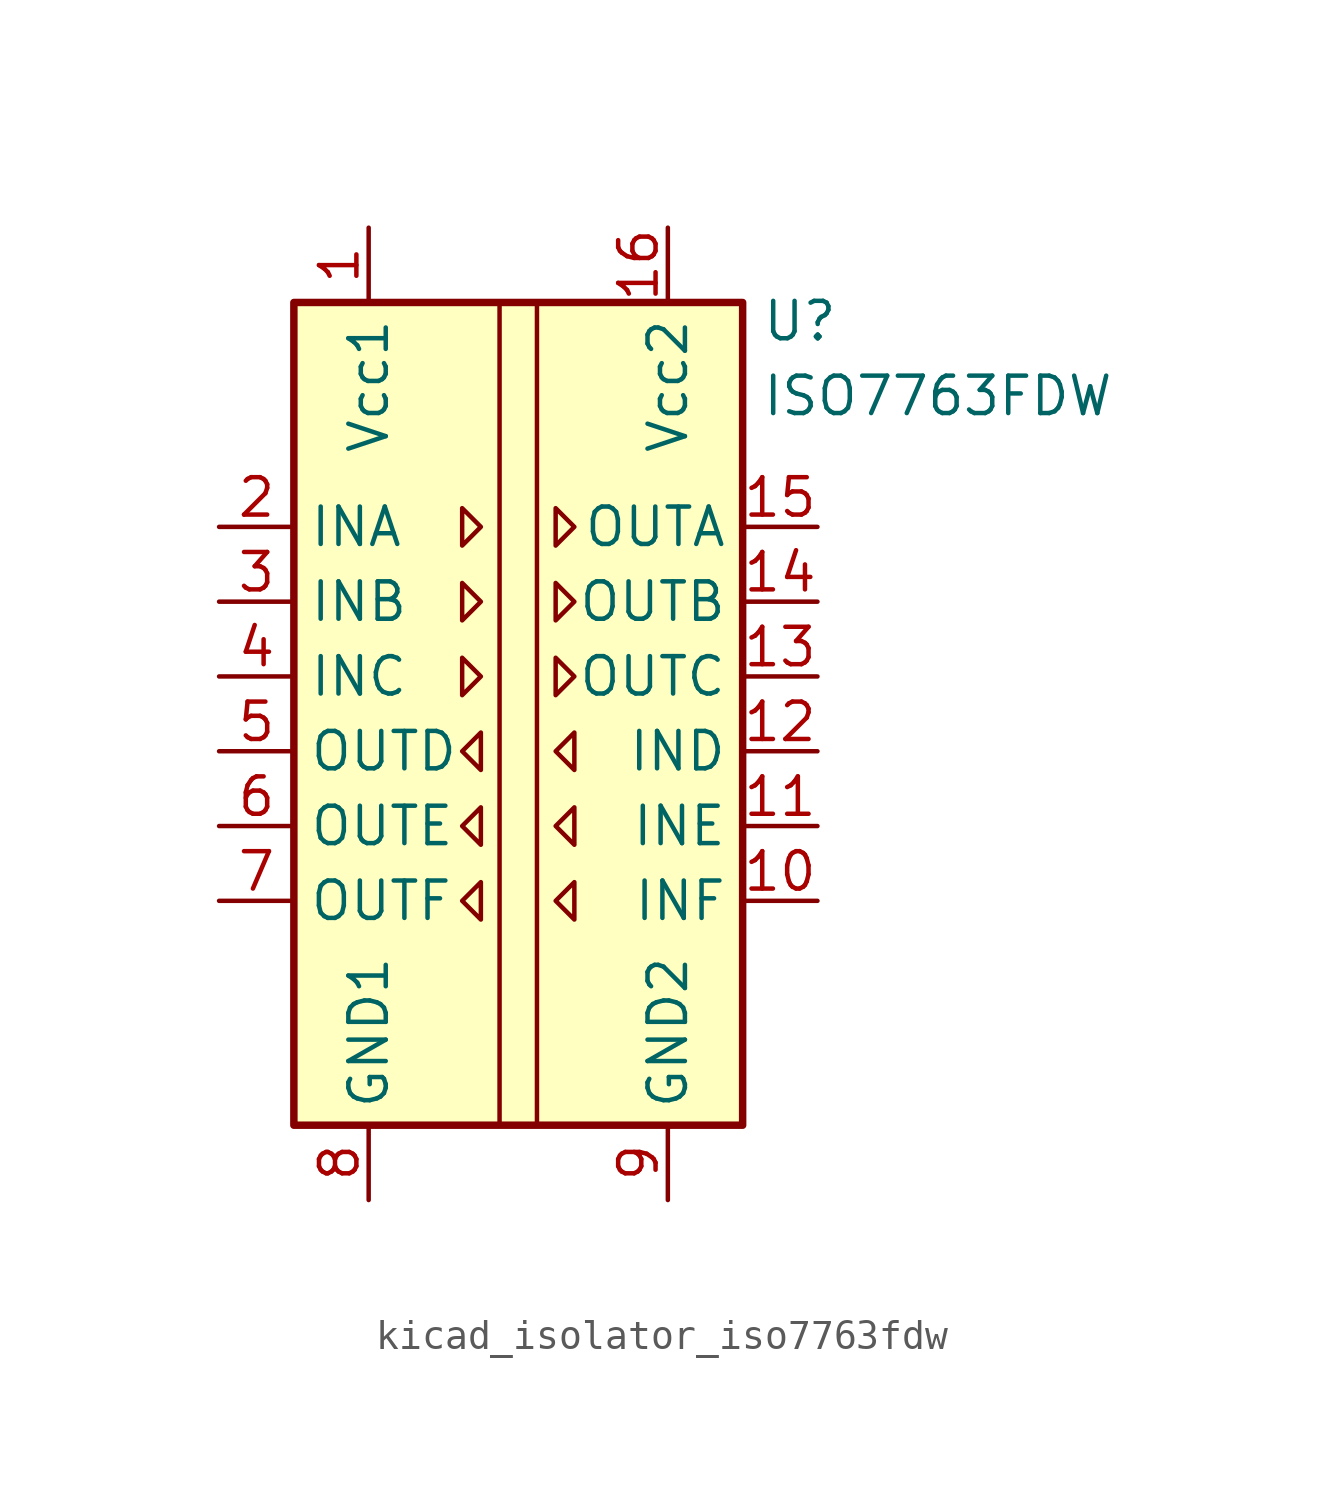
<source format=kicad_sym>
(kicad_symbol_lib
  (version 20220914)
  (generator kicad_symbol_editor)
  (symbol "kicad_isolator_iso7763fdw"
    (property "Reference" "U"
      (at 8.255 14.605 0)
      (effects (font (size 1.27 1.27)) (justify left)))
    (property "Value" "ISO7763FDW"
      (at 8.255 12.065 0)
      (effects (font (size 1.27 1.27)) (justify left)))
    (symbol "kicad_isolator_iso7763fdw_0_1"
      (rectangle (start -7.62 15.24) (end 7.62 -12.7) (stroke (width 0.254) (type default)) (fill (type background)))
      (polyline (pts (xy -0.635 15.24) (xy -0.635 -12.7)) (stroke (width 0) (type default)) (fill (type none)))
      (polyline (pts (xy 0.635 15.24) (xy 0.635 -12.7)) (stroke (width 0) (type default)) (fill (type none)))
      (polyline (pts (xy -1.905 8.255) (xy -1.27 7.62) (xy -1.905 6.985) (xy -1.905 8.255)) (stroke (width 0) (type default)) (fill (type none)))
      (polyline (pts (xy 1.27 8.255) (xy 1.905 7.62) (xy 1.27 6.985) (xy 1.27 8.255)) (stroke (width 0) (type default)) (fill (type none))))
    (symbol "kicad_isolator_iso7763fdw_1_1"
      (polyline (pts (xy -1.905 3.175) (xy -1.27 2.54) (xy -1.905 1.905) (xy -1.905 3.175)) (stroke (width 0) (type default)) (fill (type none)))
      (polyline (pts (xy -1.905 5.715) (xy -1.27 5.08) (xy -1.905 4.445) (xy -1.905 5.715)) (stroke (width 0) (type default)) (fill (type none)))
      (polyline (pts (xy -1.27 -4.445) (xy -1.905 -5.08) (xy -1.27 -5.715) (xy -1.27 -4.445)) (stroke (width 0) (type default)) (fill (type none)))
      (polyline (pts (xy -1.27 -1.905) (xy -1.905 -2.54) (xy -1.27 -3.175) (xy -1.27 -1.905)) (stroke (width 0) (type default)) (fill (type none)))
      (polyline (pts (xy -1.27 0.635) (xy -1.905 0) (xy -1.27 -0.635) (xy -1.27 0.635)) (stroke (width 0) (type default)) (fill (type none)))
      (polyline (pts (xy 1.27 3.175) (xy 1.905 2.54) (xy 1.27 1.905) (xy 1.27 3.175)) (stroke (width 0) (type default)) (fill (type none)))
      (polyline (pts (xy 1.27 5.715) (xy 1.905 5.08) (xy 1.27 4.445) (xy 1.27 5.715)) (stroke (width 0) (type default)) (fill (type none)))
      (polyline (pts (xy 1.905 -4.445) (xy 1.27 -5.08) (xy 1.905 -5.715) (xy 1.905 -4.445)) (stroke (width 0) (type default)) (fill (type none)))
      (polyline (pts (xy 1.905 -1.905) (xy 1.27 -2.54) (xy 1.905 -3.175) (xy 1.905 -1.905)) (stroke (width 0) (type default)) (fill (type none)))
      (polyline (pts (xy 1.905 0.635) (xy 1.27 0) (xy 1.905 -0.635) (xy 1.905 0.635)) (stroke (width 0) (type default)) (fill (type none)))
      (pin power_in line (at -5.08 17.78 270) (length 2.54) (name "Vcc1" (effects (font (size 1.27 1.27)))) (number "1" (effects (font (size 1.27 1.27)))))
      (pin input line (at 10.16 -5.08 180) (length 2.54) (name "INF" (effects (font (size 1.27 1.27)))) (number "10" (effects (font (size 1.27 1.27)))))
      (pin input line (at 10.16 -2.54 180) (length 2.54) (name "INE" (effects (font (size 1.27 1.27)))) (number "11" (effects (font (size 1.27 1.27)))))
      (pin input line (at 10.16 0 180) (length 2.54) (name "IND" (effects (font (size 1.27 1.27)))) (number "12" (effects (font (size 1.27 1.27)))))
      (pin output line (at 10.16 2.54 180) (length 2.54) (name "OUTC" (effects (font (size 1.27 1.27)))) (number "13" (effects (font (size 1.27 1.27)))))
      (pin output line (at 10.16 5.08 180) (length 2.54) (name "OUTB" (effects (font (size 1.27 1.27)))) (number "14" (effects (font (size 1.27 1.27)))))
      (pin output line (at 10.16 7.62 180) (length 2.54) (name "OUTA" (effects (font (size 1.27 1.27)))) (number "15" (effects (font (size 1.27 1.27)))))
      (pin power_in line (at 5.08 17.78 270) (length 2.54) (name "Vcc2" (effects (font (size 1.27 1.27)))) (number "16" (effects (font (size 1.27 1.27)))))
      (pin input line (at -10.16 7.62 0) (length 2.54) (name "INA" (effects (font (size 1.27 1.27)))) (number "2" (effects (font (size 1.27 1.27)))))
      (pin input line (at -10.16 5.08 0) (length 2.54) (name "INB" (effects (font (size 1.27 1.27)))) (number "3" (effects (font (size 1.27 1.27)))))
      (pin input line (at -10.16 2.54 0) (length 2.54) (name "INC" (effects (font (size 1.27 1.27)))) (number "4" (effects (font (size 1.27 1.27)))))
      (pin output line (at -10.16 0 0) (length 2.54) (name "OUTD" (effects (font (size 1.27 1.27)))) (number "5" (effects (font (size 1.27 1.27)))))
      (pin output line (at -10.16 -2.54 0) (length 2.54) (name "OUTE" (effects (font (size 1.27 1.27)))) (number "6" (effects (font (size 1.27 1.27)))))
      (pin output line (at -10.16 -5.08 0) (length 2.54) (name "OUTF" (effects (font (size 1.27 1.27)))) (number "7" (effects (font (size 1.27 1.27)))))
      (pin power_in line (at -5.08 -15.24 90) (length 2.54) (name "GND1" (effects (font (size 1.27 1.27)))) (number "8" (effects (font (size 1.27 1.27)))))
      (pin power_in line (at 5.08 -15.24 90) (length 2.54) (name "GND2" (effects (font (size 1.27 1.27)))) (number "9" (effects (font (size 1.27 1.27))))))))
</source>
